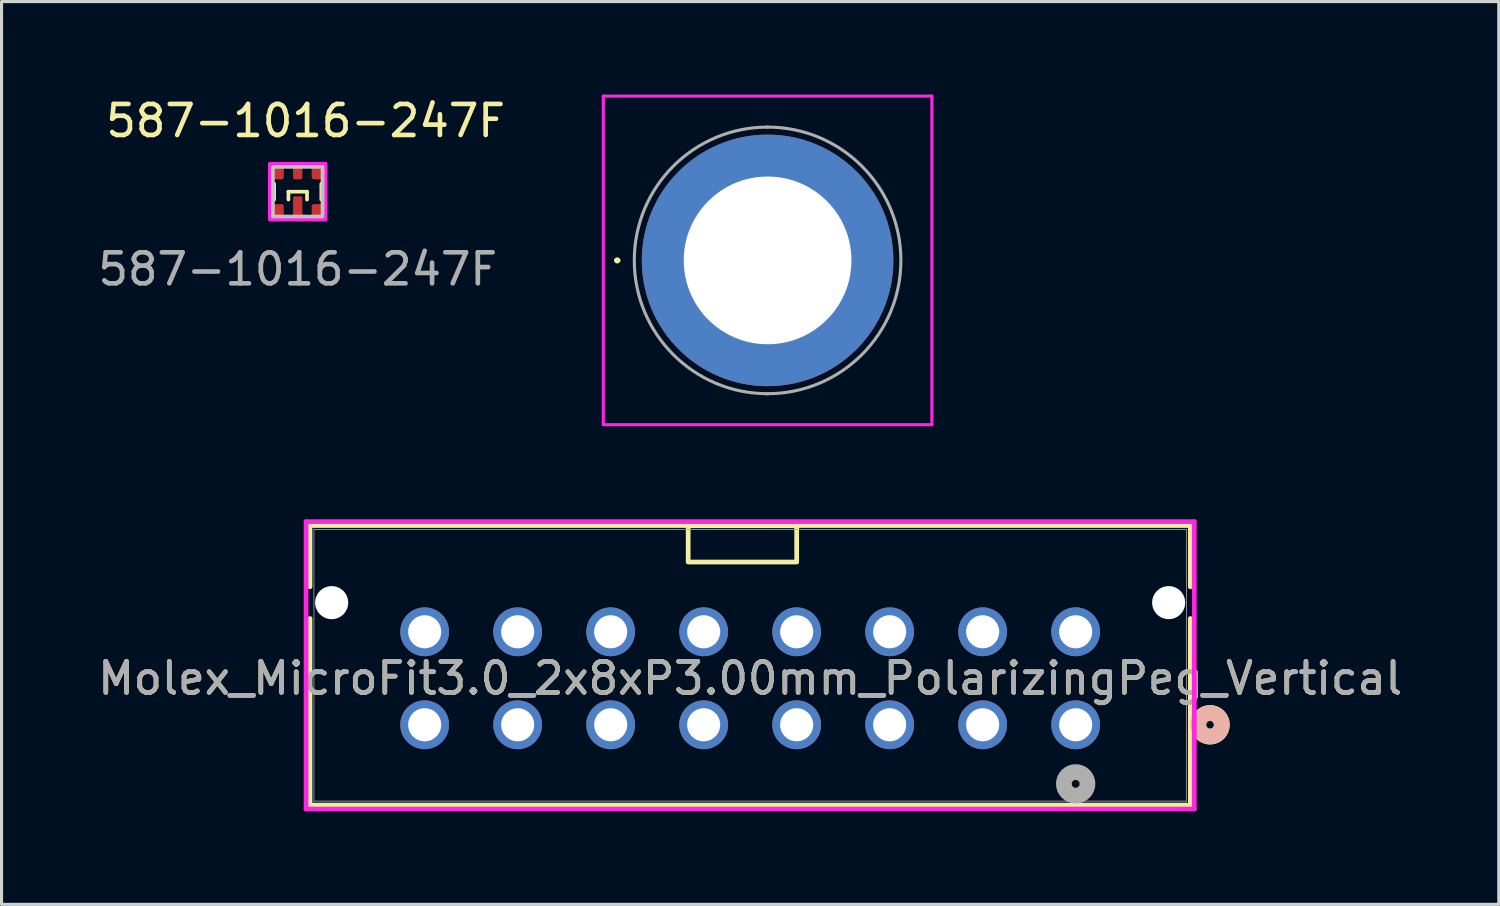
<source format=kicad_pcb>
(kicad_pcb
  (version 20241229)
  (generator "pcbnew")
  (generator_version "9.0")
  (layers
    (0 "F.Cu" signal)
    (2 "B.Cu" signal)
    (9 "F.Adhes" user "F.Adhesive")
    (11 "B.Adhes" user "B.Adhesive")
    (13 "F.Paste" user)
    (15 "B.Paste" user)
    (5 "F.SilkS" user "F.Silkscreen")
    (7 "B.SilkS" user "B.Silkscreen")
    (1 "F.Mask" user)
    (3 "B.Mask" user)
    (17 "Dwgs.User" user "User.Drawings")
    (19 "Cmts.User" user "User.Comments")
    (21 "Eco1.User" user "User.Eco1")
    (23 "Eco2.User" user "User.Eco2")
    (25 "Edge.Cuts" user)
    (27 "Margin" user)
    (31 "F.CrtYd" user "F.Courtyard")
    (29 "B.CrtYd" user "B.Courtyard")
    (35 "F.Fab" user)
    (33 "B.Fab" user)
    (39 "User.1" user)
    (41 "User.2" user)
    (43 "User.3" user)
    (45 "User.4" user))
  (footprint "587-1016-247F"
    (layer "F.Cu")
    (at 6.554 3.134)
    (property "Reference" "587-1016-247F" (at 0.254 -2.286 0) (unlocked yes) (layer "F.SilkS") (effects (font (size 1 1) (thickness 0.15))))
    (attr smd)
    (fp_line (start -0.762 -0.254) (end -0.762 0.254) (stroke (width 0.12) (type default)) (layer "F.SilkS"))
    (fp_line (start -0.3 0) (end 0.3 0) (stroke (width 0.12) (type default)) (layer "F.SilkS"))
    (fp_line (start -0.3 0.254) (end -0.3 0) (stroke (width 0.12) (type default)) (layer "F.SilkS"))
    (fp_line (start 0.3 0) (end 0.3 0.254) (stroke (width 0.12) (type default)) (layer "F.SilkS"))
    (fp_line (start 0.762 -0.254) (end 0.762 0.254) (stroke (width 0.12) (type default)) (layer "F.SilkS"))
    (fp_rect (start -0.8 -0.8) (end 0.8 0.8) (stroke (width 0.12) (type default)) (fill no) (layer "Dwgs.User"))
    (fp_rect (start -0.9 -0.9) (end 0.9 0.9) (stroke (width 0.12) (type default)) (fill no) (layer "F.CrtYd"))
    (fp_text user "${REFERENCE}" (at 0 2.5 0) (unlocked yes) (layer "F.Fab") (effects (font (size 1 1) (thickness 0.15))))
    (pad "1" smd roundrect (at 0 0.55) (size 0.3 0.8) (layers "F.Cu" "F.Mask" "F.Paste") (roundrect_rratio 0.15))
    (pad "2" smd roundrect (at -0.675 0.675) (size 0.45 0.55) (layers "F.Cu" "F.Mask" "F.Paste") (roundrect_rratio 0.15))
    (pad "3" smd roundrect (at -0.675 -0.675) (size 0.45 0.55) (layers "F.Cu" "F.Mask" "F.Paste") (roundrect_rratio 0.15))
    (pad "4" smd roundrect (at 0 -0.675) (size 0.3 0.55) (layers "F.Cu" "F.Mask" "F.Paste") (roundrect_rratio 0.15))
    (pad "5" smd roundrect (at 0.675 -0.675) (size 0.45 0.55) (layers "F.Cu" "F.Mask" "F.Paste") (roundrect_rratio 0.15))
    (pad "6" smd roundrect (at 0.675 0.675) (size 0.45 0.55) (layers "F.Cu" "F.Mask" "F.Paste") (roundrect_rratio 0.15)))
  (footprint "Molex_MicroFit3.0_2x8xP3.00mm_PolarizingPeg_Vertical"
    (layer "F.Cu")
    (at 31.649 20.33)
    (property "Reference" "Molex_MicroFit3.0_2x8xP3.00mm_PolarizingPeg_Vertical" (at -10.5 -1.5 0) (unlocked yes) (layer "F.SilkS") (effects (font (size 1 1) (thickness 0.15))))
    (attr through_hole)
    (fp_line (start -24.699 -6.427) (end -24.699 -4.452) (stroke (width 0.152) (type solid)) (layer "F.SilkS"))
    (fp_line (start -24.699 -3.428) (end -24.699 2.59) (stroke (width 0.152) (type solid)) (layer "F.SilkS"))
    (fp_line (start -24.699 2.59) (end 3.699 2.59) (stroke (width 0.152) (type solid)) (layer "F.SilkS"))
    (fp_line (start 3.699 -6.427) (end -24.699 -6.427) (stroke (width 0.152) (type solid)) (layer "F.SilkS"))
    (fp_line (start 3.699 -4.452) (end 3.699 -6.427) (stroke (width 0.152) (type solid)) (layer "F.SilkS"))
    (fp_line (start 3.699 2.59) (end 3.699 -3.428) (stroke (width 0.152) (type solid)) (layer "F.SilkS"))
    (fp_rect (start -12.5 -6.421) (end -9 -5.25) (stroke (width 0.152) (type solid)) (fill no) (layer "F.SilkS"))
    (fp_circle (center 4.334 0) (end 4.715 0) (stroke (width 0.508) (type solid)) (fill no) (layer "F.SilkS"))
    (fp_circle (center 4.334 0) (end 4.715 0) (stroke (width 0.508) (type solid)) (fill no) (layer "B.SilkS"))
    (fp_line (start -24.826 -6.554) (end -24.826 2.717) (stroke (width 0.152) (type solid)) (layer "F.CrtYd"))
    (fp_line (start -24.826 2.717) (end 3.826 2.717) (stroke (width 0.152) (type solid)) (layer "F.CrtYd"))
    (fp_line (start 3.826 -6.554) (end -24.826 -6.554) (stroke (width 0.152) (type solid)) (layer "F.CrtYd"))
    (fp_line (start 3.826 2.717) (end 3.826 -6.554) (stroke (width 0.152) (type solid)) (layer "F.CrtYd"))
    (fp_line (start -24.572 -6.3) (end -24.572 2.463) (stroke (width 0.025) (type solid)) (layer "F.Fab"))
    (fp_line (start -24.572 2.463) (end 3.572 2.463) (stroke (width 0.025) (type solid)) (layer "F.Fab"))
    (fp_line (start 3.572 -6.3) (end -24.572 -6.3) (stroke (width 0.025) (type solid)) (layer "F.Fab"))
    (fp_line (start 3.572 2.463) (end 3.572 -6.3) (stroke (width 0.025) (type solid)) (layer "F.Fab"))
    (fp_circle (center 0 1.905) (end 0.381 1.905) (stroke (width 0.508) (type solid)) (fill no) (layer "F.Fab"))
    (fp_text user "${REFERENCE}" (at -10.5 -1.5 0) (unlocked yes) (layer "F.Fab") (effects (font (size 1 1) (thickness 0.15))))
    (pad "" np_thru_hole circle (at -24 -3.94) (size 1.067 1.067) (drill 1.067) (layers "*.Cu" "*.Mask"))
    (pad "" np_thru_hole circle (at 3 -3.94) (size 1.067 1.067) (drill 1.067) (layers "*.Cu" "*.Mask"))
    (pad "1" thru_hole circle (at 0 0) (size 1.575 1.575) (drill 1.067) (layers "*.Cu" "*.Mask"))
    (pad "2" thru_hole circle (at -3 0) (size 1.575 1.575) (drill 1.067) (layers "*.Cu" "*.Mask"))
    (pad "3" thru_hole circle (at -6 0) (size 1.575 1.575) (drill 1.067) (layers "*.Cu" "*.Mask"))
    (pad "4" thru_hole circle (at -9 0) (size 1.575 1.575) (drill 1.067) (layers "*.Cu" "*.Mask"))
    (pad "5" thru_hole circle (at -12 0) (size 1.575 1.575) (drill 1.067) (layers "*.Cu" "*.Mask"))
    (pad "6" thru_hole circle (at -15 0) (size 1.575 1.575) (drill 1.067) (layers "*.Cu" "*.Mask"))
    (pad "7" thru_hole circle (at -18 0) (size 1.575 1.575) (drill 1.067) (layers "*.Cu" "*.Mask"))
    (pad "8" thru_hole circle (at -21 0) (size 1.575 1.575) (drill 1.067) (layers "*.Cu" "*.Mask"))
    (pad "9" thru_hole circle (at 0 -3) (size 1.575 1.575) (drill 1.067) (layers "*.Cu" "*.Mask"))
    (pad "10" thru_hole circle (at -3 -3) (size 1.575 1.575) (drill 1.067) (layers "*.Cu" "*.Mask"))
    (pad "11" thru_hole circle (at -6 -3) (size 1.575 1.575) (drill 1.067) (layers "*.Cu" "*.Mask"))
    (pad "12" thru_hole circle (at -9 -3) (size 1.575 1.575) (drill 1.067) (layers "*.Cu" "*.Mask"))
    (pad "13" thru_hole circle (at -12 -3) (size 1.575 1.575) (drill 1.067) (layers "*.Cu" "*.Mask"))
    (pad "14" thru_hole circle (at -15 -3) (size 1.575 1.575) (drill 1.067) (layers "*.Cu" "*.Mask"))
    (pad "15" thru_hole circle (at -18 -3) (size 1.575 1.575) (drill 1.067) (layers "*.Cu" "*.Mask"))
    (pad "16" thru_hole circle (at -21 -3) (size 1.575 1.575) (drill 1.067) (layers "*.Cu" "*.Mask")))
  (footprint "5754"
    (layer "F.Cu")
    (at 21.711 5.35)
    (property "Reference" "5754" (at 0 0 0) (layer "F.SilkS") (effects (font (size 1.27 1.27) (thickness 0.254))))
    (attr through_hole)
    (fp_line (start -4.9 0) (end -4.9 0) (stroke (width 0.1) (type solid)) (layer "F.SilkS"))
    (fp_line (start -4.8 0) (end -4.8 0) (stroke (width 0.1) (type solid)) (layer "F.SilkS"))
    (fp_arc (start -4.9 0) (mid -4.85 -0.05) (end -4.8 0) (stroke (width 0.1) (type solid)) (layer "F.SilkS"))
    (fp_arc (start -4.8 0) (mid -4.85 0.05) (end -4.9 0) (stroke (width 0.1) (type solid)) (layer "F.SilkS"))
    (fp_line (start -5.3 -5.3) (end 5.3 -5.3) (stroke (width 0.1) (type solid)) (layer "F.CrtYd"))
    (fp_line (start -5.3 5.3) (end -5.3 -5.3) (stroke (width 0.1) (type solid)) (layer "F.CrtYd"))
    (fp_line (start 5.3 -5.3) (end 5.3 5.3) (stroke (width 0.1) (type solid)) (layer "F.CrtYd"))
    (fp_line (start 5.3 5.3) (end -5.3 5.3) (stroke (width 0.1) (type solid)) (layer "F.CrtYd"))
    (fp_line (start 0 -4.3) (end 0 -4.3) (stroke (width 0.1) (type solid)) (layer "F.Fab"))
    (fp_line (start 0 4.3) (end 0 4.3) (stroke (width 0.1) (type solid)) (layer "F.Fab"))
    (fp_arc (start 0 -4.3) (mid 4.3 0) (end 0 4.3) (stroke (width 0.1) (type solid)) (layer "F.Fab"))
    (fp_arc (start 0 4.3) (mid -4.3 0) (end 0 -4.3) (stroke (width 0.1) (type solid)) (layer "F.Fab"))
    (fp_text user "${REFERENCE}" (at 0 0 0) (layer "F.Fab") (effects (font (size 1.27 1.27) (thickness 0.254))))
    (pad "1" thru_hole circle (at 0 0) (size 8.115 8.115) (drill 5.41) (layers "*.Cu" "*.Mask")))
  (gr_rect
    (start -3 -3)
    (end 45.298 26.123)
    (stroke (width 0.1) (type default))
    (fill no)
    (layer "Edge.Cuts")))
</source>
